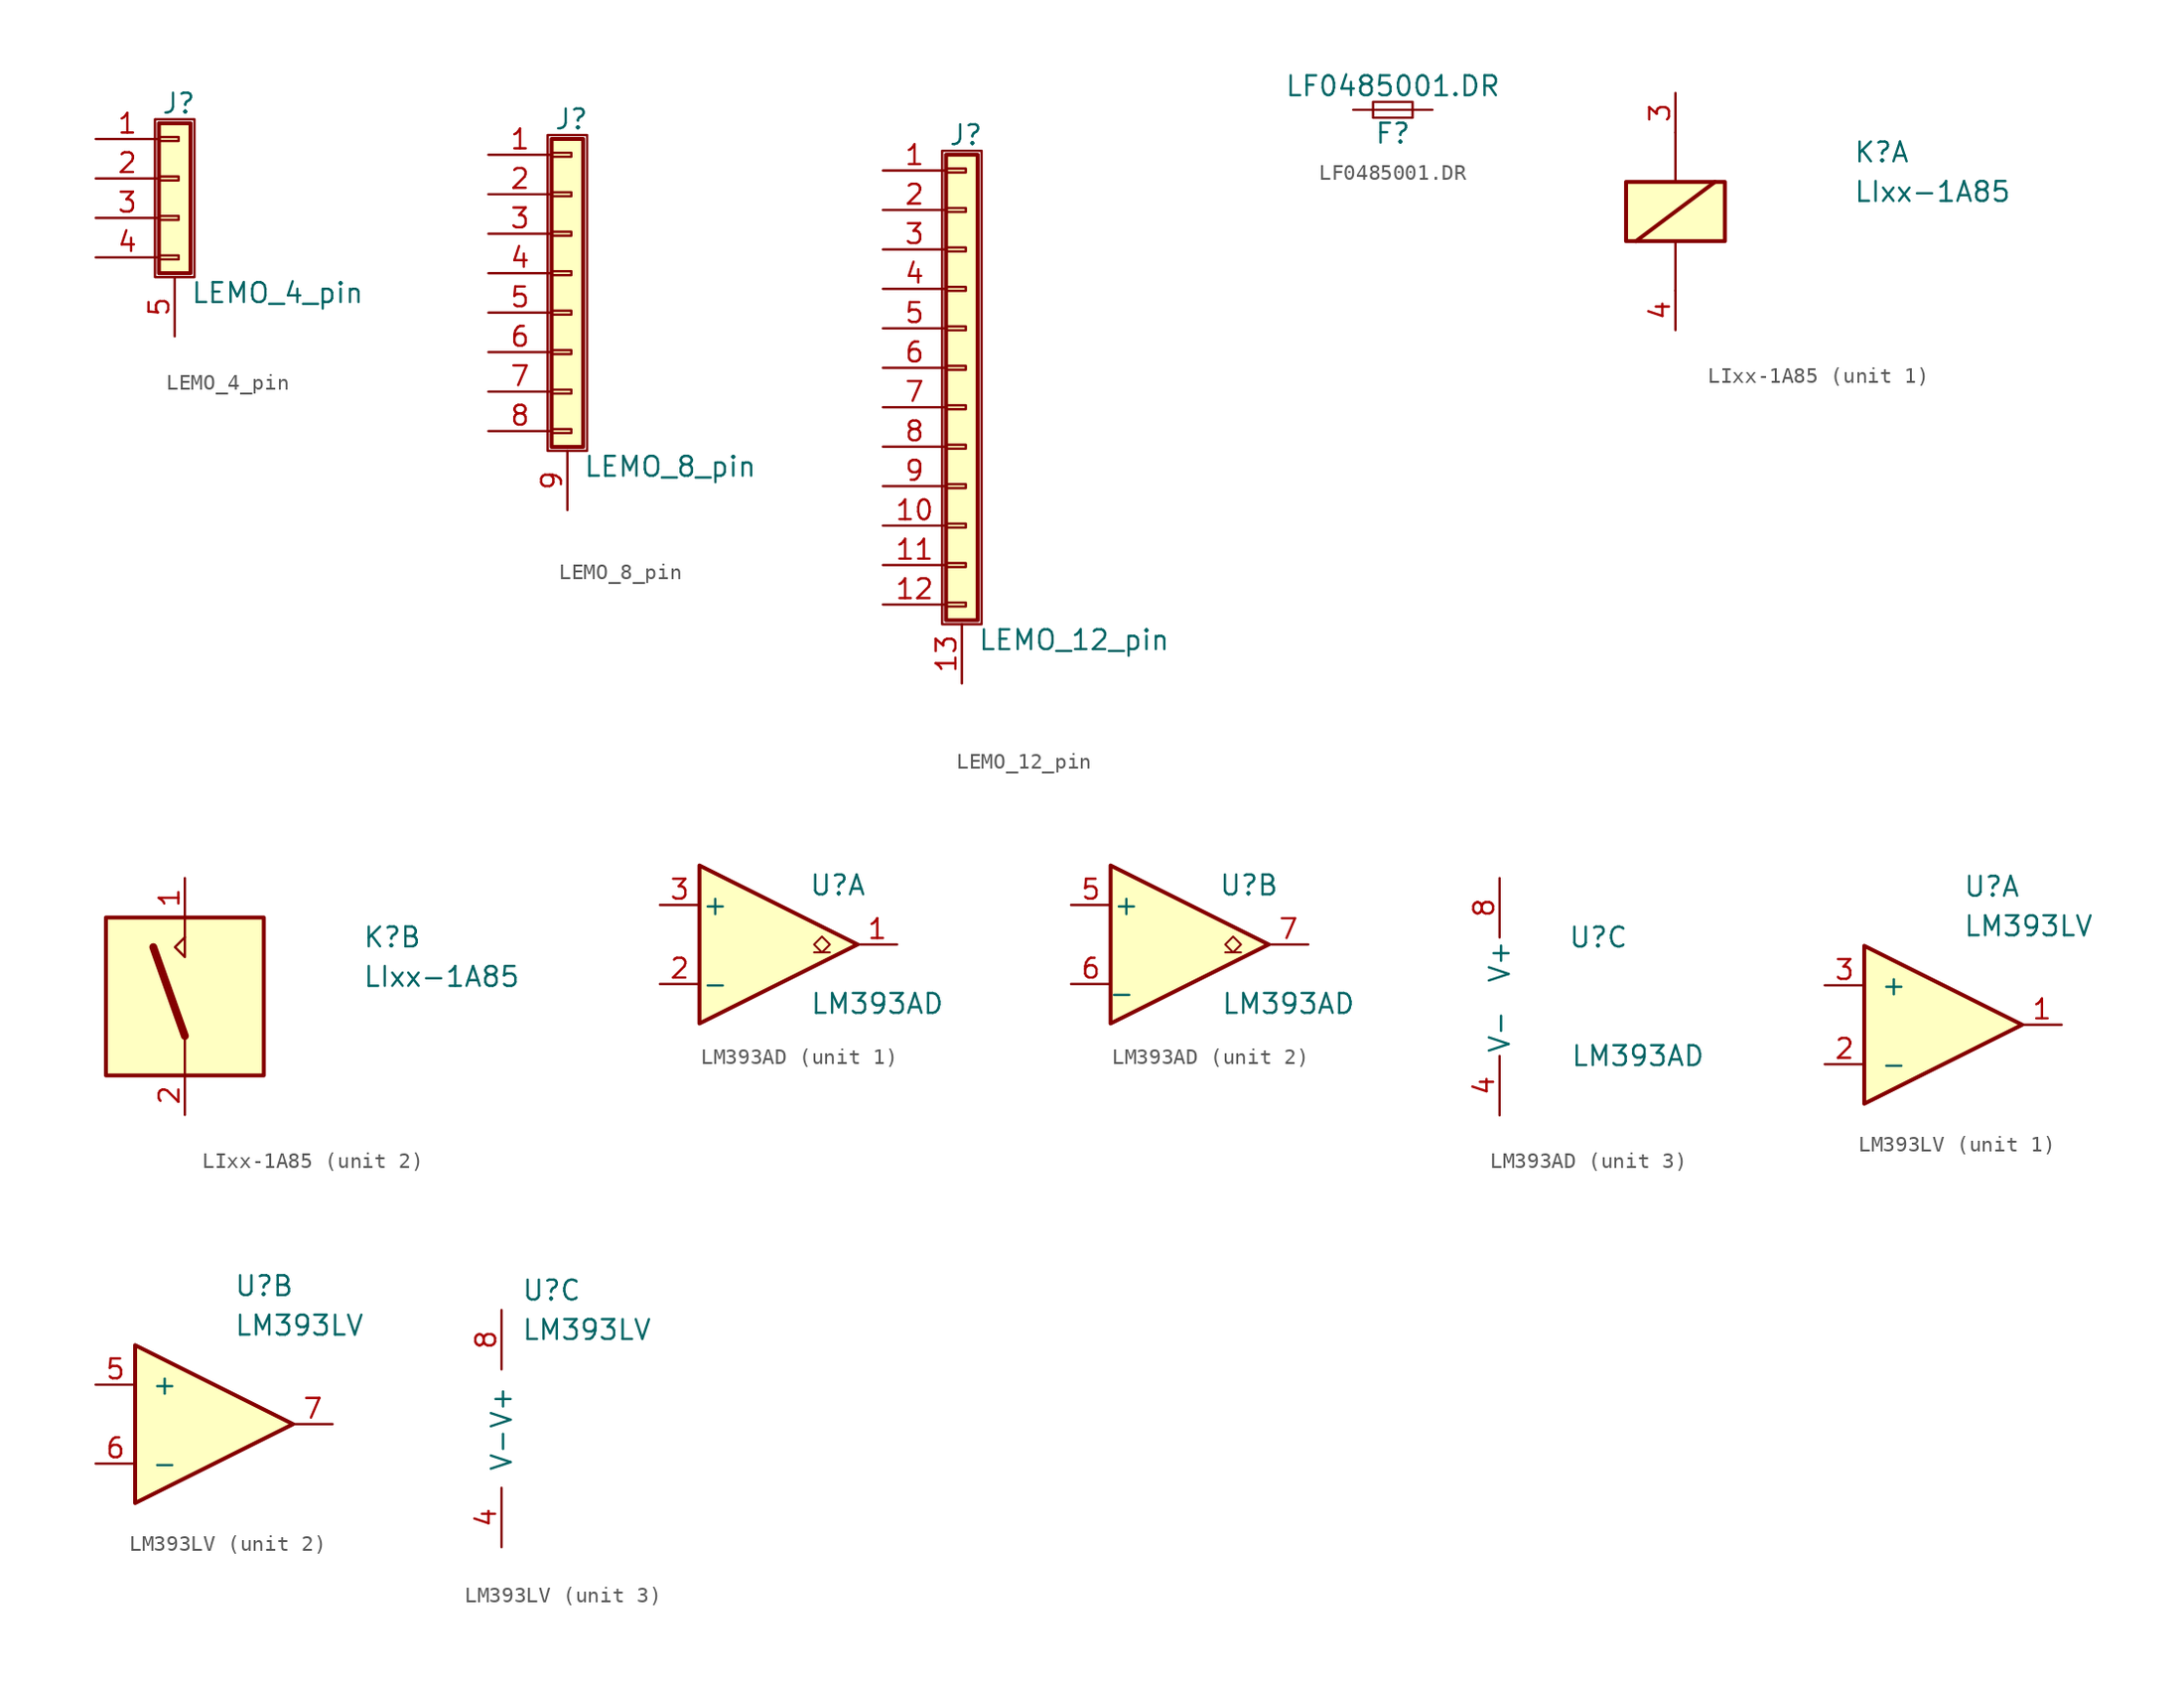
<source format=kicad_sym>
(kicad_symbol_lib
  (version 20231120)
  (generator "kicad_symbol_editor")
  (generator_version "8.0")
  (symbol "LEMO_4_pin"
    (pin_names
      (offset 1.016) hide)
    (property "Reference" "J"
      (at 0.254 4.826 0)
      (effects (font (size 1.27 1.27))))
    (property "Value" "LEMO_4_pin"
      (at 1.016 -7.366 0)
      (effects (font (size 1.27 1.27)) (justify left)))
    (symbol "LEMO_4_pin_1_1"
      (rectangle (start -1.27 3.81) (end 1.27 -6.35) (stroke (width 0.152) (type default)) (fill (type none)))
      (rectangle (start -1.016 -4.953) (end 0.254 -5.207) (stroke (width 0.152) (type default)) (fill (type none)))
      (rectangle (start -1.016 -2.413) (end 0.254 -2.667) (stroke (width 0.152) (type default)) (fill (type none)))
      (rectangle (start -1.016 0.127) (end 0.254 -0.127) (stroke (width 0.152) (type default)) (fill (type none)))
      (rectangle (start -1.016 2.667) (end 0.254 2.413) (stroke (width 0.152) (type default)) (fill (type none)))
      (rectangle (start -1.016 3.556) (end 1.016 -6.096) (stroke (width 0.254) (type default)) (fill (type background)))
      (pin passive line (at -5.08 2.54 0) (length 4.064) (name "Pin_1" (effects (font (size 1.27 1.27)))) (number "1" (effects (font (size 1.27 1.27)))))
      (pin passive line (at -5.08 0 0) (length 4.064) (name "Pin_2" (effects (font (size 1.27 1.27)))) (number "2" (effects (font (size 1.27 1.27)))))
      (pin passive line (at -5.08 -2.54 0) (length 4.064) (name "Pin_3" (effects (font (size 1.27 1.27)))) (number "3" (effects (font (size 1.27 1.27)))))
      (pin passive line (at -5.08 -5.08 0) (length 4.064) (name "Pin_4" (effects (font (size 1.27 1.27)))) (number "4" (effects (font (size 1.27 1.27)))))
      (pin passive line (at 0 -10.16 90) (length 3.81) (name "Shield" (effects (font (size 1.27 1.27)))) (number "5" (effects (font (size 1.27 1.27)))))))
  (symbol "LEMO_8_pin"
    (pin_names
      (offset 1.016) hide)
    (property "Reference" "J"
      (at 0.254 9.906 0)
      (effects (font (size 1.27 1.27))))
    (property "Value" "LEMO_8_pin"
      (at 1.016 -12.446 0)
      (effects (font (size 1.27 1.27)) (justify left)))
    (symbol "LEMO_8_pin_1_1"
      (rectangle (start -1.27 8.89) (end 1.27 -11.43) (stroke (width 0.152) (type default)) (fill (type none)))
      (rectangle (start -1.016 -10.033) (end 0.254 -10.287) (stroke (width 0.152) (type default)) (fill (type none)))
      (rectangle (start -1.016 -7.493) (end 0.254 -7.747) (stroke (width 0.152) (type default)) (fill (type none)))
      (rectangle (start -1.016 -4.953) (end 0.254 -5.207) (stroke (width 0.152) (type default)) (fill (type none)))
      (rectangle (start -1.016 -2.413) (end 0.254 -2.667) (stroke (width 0.152) (type default)) (fill (type none)))
      (rectangle (start -1.016 0.127) (end 0.254 -0.127) (stroke (width 0.152) (type default)) (fill (type none)))
      (rectangle (start -1.016 2.667) (end 0.254 2.413) (stroke (width 0.152) (type default)) (fill (type none)))
      (rectangle (start -1.016 5.207) (end 0.254 4.953) (stroke (width 0.152) (type default)) (fill (type none)))
      (rectangle (start -1.016 7.747) (end 0.254 7.493) (stroke (width 0.152) (type default)) (fill (type none)))
      (rectangle (start -1.016 8.636) (end 1.016 -11.176) (stroke (width 0.254) (type default)) (fill (type background)))
      (pin passive line (at -5.08 7.62 0) (length 4.064) (name "Pin_1" (effects (font (size 1.27 1.27)))) (number "1" (effects (font (size 1.27 1.27)))))
      (pin passive line (at -5.08 5.08 0) (length 4.064) (name "Pin_2" (effects (font (size 1.27 1.27)))) (number "2" (effects (font (size 1.27 1.27)))))
      (pin passive line (at -5.08 2.54 0) (length 4.064) (name "Pin_3" (effects (font (size 1.27 1.27)))) (number "3" (effects (font (size 1.27 1.27)))))
      (pin passive line (at -5.08 0 0) (length 4.064) (name "Pin_4" (effects (font (size 1.27 1.27)))) (number "4" (effects (font (size 1.27 1.27)))))
      (pin passive line (at -5.08 -2.54 0) (length 4.064) (name "Pin_5" (effects (font (size 1.27 1.27)))) (number "5" (effects (font (size 1.27 1.27)))))
      (pin passive line (at -5.08 -5.08 0) (length 4.064) (name "Pin_6" (effects (font (size 1.27 1.27)))) (number "6" (effects (font (size 1.27 1.27)))))
      (pin passive line (at -5.08 -7.62 0) (length 4.064) (name "Pin_7" (effects (font (size 1.27 1.27)))) (number "7" (effects (font (size 1.27 1.27)))))
      (pin passive line (at -5.08 -10.16 0) (length 4.064) (name "Pin_8" (effects (font (size 1.27 1.27)))) (number "8" (effects (font (size 1.27 1.27)))))
      (pin passive line (at 0 -15.24 90) (length 3.81) (name "Shield" (effects (font (size 1.27 1.27)))) (number "9" (effects (font (size 1.27 1.27)))))))
  (symbol "LEMO_12_pin"
    (pin_names
      (offset 1.016) hide)
    (property "Reference" "J"
      (at 0.254 14.986 0)
      (effects (font (size 1.27 1.27))))
    (property "Value" "LEMO_12_pin"
      (at 1.016 -17.526 0)
      (effects (font (size 1.27 1.27)) (justify left)))
    (symbol "LEMO_12_pin_1_1"
      (rectangle (start -1.27 13.97) (end 1.27 -16.51) (stroke (width 0.152) (type default)) (fill (type none)))
      (rectangle (start -1.016 -15.113) (end 0.254 -15.367) (stroke (width 0.152) (type default)) (fill (type none)))
      (rectangle (start -1.016 -12.573) (end 0.254 -12.827) (stroke (width 0.152) (type default)) (fill (type none)))
      (rectangle (start -1.016 -10.033) (end 0.254 -10.287) (stroke (width 0.152) (type default)) (fill (type none)))
      (rectangle (start -1.016 -7.493) (end 0.254 -7.747) (stroke (width 0.152) (type default)) (fill (type none)))
      (rectangle (start -1.016 -4.953) (end 0.254 -5.207) (stroke (width 0.152) (type default)) (fill (type none)))
      (rectangle (start -1.016 -2.413) (end 0.254 -2.667) (stroke (width 0.152) (type default)) (fill (type none)))
      (rectangle (start -1.016 0.127) (end 0.254 -0.127) (stroke (width 0.152) (type default)) (fill (type none)))
      (rectangle (start -1.016 2.667) (end 0.254 2.413) (stroke (width 0.152) (type default)) (fill (type none)))
      (rectangle (start -1.016 5.207) (end 0.254 4.953) (stroke (width 0.152) (type default)) (fill (type none)))
      (rectangle (start -1.016 7.747) (end 0.254 7.493) (stroke (width 0.152) (type default)) (fill (type none)))
      (rectangle (start -1.016 10.287) (end 0.254 10.033) (stroke (width 0.152) (type default)) (fill (type none)))
      (rectangle (start -1.016 12.827) (end 0.254 12.573) (stroke (width 0.152) (type default)) (fill (type none)))
      (rectangle (start -1.016 13.716) (end 1.016 -16.256) (stroke (width 0.254) (type default)) (fill (type background)))
      (pin passive line (at -5.08 12.7 0) (length 4.064) (name "Pin_1" (effects (font (size 1.27 1.27)))) (number "1" (effects (font (size 1.27 1.27)))))
      (pin passive line (at -5.08 -10.16 0) (length 4.064) (name "Pin_10" (effects (font (size 1.27 1.27)))) (number "10" (effects (font (size 1.27 1.27)))))
      (pin passive line (at -5.08 -12.7 0) (length 4.064) (name "Pin_11" (effects (font (size 1.27 1.27)))) (number "11" (effects (font (size 1.27 1.27)))))
      (pin passive line (at -5.08 -15.24 0) (length 4.064) (name "Pin_12" (effects (font (size 1.27 1.27)))) (number "12" (effects (font (size 1.27 1.27)))))
      (pin passive line (at 0 -20.32 90) (length 3.81) (name "Shield" (effects (font (size 1.27 1.27)))) (number "13" (effects (font (size 1.27 1.27)))))
      (pin passive line (at -5.08 10.16 0) (length 4.064) (name "Pin_2" (effects (font (size 1.27 1.27)))) (number "2" (effects (font (size 1.27 1.27)))))
      (pin passive line (at -5.08 7.62 0) (length 4.064) (name "Pin_3" (effects (font (size 1.27 1.27)))) (number "3" (effects (font (size 1.27 1.27)))))
      (pin passive line (at -5.08 5.08 0) (length 4.064) (name "Pin_4" (effects (font (size 1.27 1.27)))) (number "4" (effects (font (size 1.27 1.27)))))
      (pin passive line (at -5.08 2.54 0) (length 4.064) (name "Pin_5" (effects (font (size 1.27 1.27)))) (number "5" (effects (font (size 1.27 1.27)))))
      (pin passive line (at -5.08 0 0) (length 4.064) (name "Pin_6" (effects (font (size 1.27 1.27)))) (number "6" (effects (font (size 1.27 1.27)))))
      (pin passive line (at -5.08 -2.54 0) (length 4.064) (name "Pin_7" (effects (font (size 1.27 1.27)))) (number "7" (effects (font (size 1.27 1.27)))))
      (pin passive line (at -5.08 -5.08 0) (length 4.064) (name "Pin_8" (effects (font (size 1.27 1.27)))) (number "8" (effects (font (size 1.27 1.27)))))
      (pin passive line (at -5.08 -7.62 0) (length 4.064) (name "Pin_9" (effects (font (size 1.27 1.27)))) (number "9" (effects (font (size 1.27 1.27)))))))
  (symbol "LF0485001.DR"
    (pin_numbers hide)
    (pin_names
      (offset 0.254) hide)
    (property "Reference" "F"
      (at 0 -1.524 0)
      (effects (font (size 1.27 1.27))))
    (property "Value" "LF0485001.DR"
      (at 0 1.524 0)
      (effects (font (size 1.27 1.27))))
    (symbol "LF0485001.DR_0_1"
      (rectangle (start -1.27 0.508) (end 1.27 -0.508) (stroke (width 0) (type default)) (fill (type none)))
      (polyline (pts (xy -1.27 0) (xy 1.27 0)) (stroke (width 0) (type default)) (fill (type none))))
    (symbol "LF0485001.DR_1_1"
      (pin passive line (at -2.54 0 0) (length 1.27) (name "~" (effects (font (size 1.27 1.27)))) (number "1" (effects (font (size 1.27 1.27)))))
      (pin passive line (at 2.54 0 180) (length 1.27) (name "~" (effects (font (size 1.27 1.27)))) (number "2" (effects (font (size 1.27 1.27)))))))
  (symbol "LIxx-1A85"
    (property "Reference" "K"
      (at 11.43 3.81 0)
      (effects (font (size 1.27 1.27)) (justify left)))
    (property "Value" "LIxx-1A85"
      (at 11.43 1.27 0)
      (effects (font (size 1.27 1.27)) (justify left)))
    (property "ki_locked" ""
      (at 0 0 0)
      (effects (font (size 1.27 1.27))))
    (symbol "LIxx-1A85_1_1"
      (rectangle (start -3.175 1.905) (end 3.175 -1.905) (stroke (width 0.254) (type default)) (fill (type background)))
      (polyline (pts (xy -2.54 -1.905) (xy 2.54 1.905)) (stroke (width 0.254) (type default)) (fill (type none)))
      (polyline (pts (xy 0 -5.08) (xy 0 -1.905)) (stroke (width 0) (type default)) (fill (type none)))
      (polyline (pts (xy 0 5.08) (xy 0 1.905)) (stroke (width 0) (type default)) (fill (type none)))
      (pin passive line (at 0 7.62 270) (length 2.54) (name "~" (effects (font (size 1.27 1.27)))) (number "3" (effects (font (size 1.27 1.27)))))
      (pin passive line (at 0 -7.62 90) (length 2.54) (name "~" (effects (font (size 1.27 1.27)))) (number "4" (effects (font (size 1.27 1.27))))))
    (symbol "LIxx-1A85_2_1"
      (rectangle (start -5.08 5.08) (end 5.08 -5.08) (stroke (width 0.254) (type default)) (fill (type background)))
      (polyline (pts (xy 0 -2.54) (xy -2.032 3.175)) (stroke (width 0.508) (type default)) (fill (type none)))
      (polyline (pts (xy 0 -2.54) (xy 0 -5.08)) (stroke (width 0) (type default)) (fill (type none)))
      (polyline (pts (xy 0 3.81) (xy 0 5.08)) (stroke (width 0) (type default)) (fill (type none)))
      (polyline (pts (xy 0 3.81) (xy 0 2.54) (xy -0.635 3.175) (xy 0 3.81)) (stroke (width 0) (type default)) (fill (type none)))
      (pin passive line (at 0 7.62 270) (length 2.54) (name "~" (effects (font (size 1.27 1.27)))) (number "1" (effects (font (size 1.27 1.27)))))
      (pin passive line (at 0 -7.62 90) (length 2.54) (name "~" (effects (font (size 1.27 1.27)))) (number "2" (effects (font (size 1.27 1.27)))))))
  (symbol "LM393AD"
    (pin_names
      (offset 0.127))
    (property "Reference" "U"
      (at 3.81 3.81 0)
      (effects (font (size 1.27 1.27))))
    (property "Value" "LM393AD"
      (at 6.35 -3.81 0)
      (effects (font (size 1.27 1.27))))
    (property "ki_locked" ""
      (at 0 0 0)
      (effects (font (size 1.27 1.27))))
    (symbol "LM393AD_1_1"
      (polyline (pts (xy -5.08 5.08) (xy 5.08 0) (xy -5.08 -5.08) (xy -5.08 5.08)) (stroke (width 0.254) (type default)) (fill (type background)))
      (polyline (pts (xy 3.302 -0.508) (xy 2.794 -0.508) (xy 3.302 0) (xy 2.794 0.508) (xy 2.286 0) (xy 2.794 -0.508) (xy 2.286 -0.508)) (stroke (width 0.127) (type default)) (fill (type none)))
      (pin open_collector line (at 7.62 0 180) (length 2.54) (name "~" (effects (font (size 1.27 1.27)))) (number "1" (effects (font (size 1.27 1.27)))))
      (pin input line (at -7.62 -2.54 0) (length 2.54) (name "-" (effects (font (size 1.27 1.27)))) (number "2" (effects (font (size 1.27 1.27)))))
      (pin input line (at -7.62 2.54 0) (length 2.54) (name "+" (effects (font (size 1.27 1.27)))) (number "3" (effects (font (size 1.27 1.27))))))
    (symbol "LM393AD_2_1"
      (polyline (pts (xy -5.08 5.08) (xy 5.08 0) (xy -5.08 -5.08) (xy -5.08 5.08)) (stroke (width 0.254) (type default)) (fill (type background)))
      (polyline (pts (xy 3.302 -0.508) (xy 2.794 -0.508) (xy 3.302 0) (xy 2.794 0.508) (xy 2.286 0) (xy 2.794 -0.508) (xy 2.286 -0.508)) (stroke (width 0.127) (type default)) (fill (type none)))
      (pin input line (at -7.62 2.54 0) (length 2.54) (name "+" (effects (font (size 1.27 1.27)))) (number "5" (effects (font (size 1.27 1.27)))))
      (pin input line (at -7.62 -2.54 0) (length 2.54) (name "_" (effects (font (size 1.27 1.27)))) (number "6" (effects (font (size 1.27 1.27)))))
      (pin open_collector line (at 7.62 0 180) (length 2.54) (name "~" (effects (font (size 1.27 1.27)))) (number "7" (effects (font (size 1.27 1.27))))))
    (symbol "LM393AD_3_1"
      (pin power_in line (at -2.54 -7.62 90) (length 3.81) (name "V-" (effects (font (size 1.27 1.27)))) (number "4" (effects (font (size 1.27 1.27)))))
      (pin power_in line (at -2.54 7.62 270) (length 3.81) (name "V+" (effects (font (size 1.27 1.27)))) (number "8" (effects (font (size 1.27 1.27)))))))
  (symbol "LM393LV"
    (pin_names
      (offset 1.016))
    (property "Reference" "U"
      (at 1.27 8.89 0)
      (effects (font (size 1.27 1.27)) (justify left)))
    (property "Value" "LM393LV"
      (at 1.27 6.35 0)
      (effects (font (size 1.27 1.27)) (justify left)))
    (symbol "LM393LV_1_1"
      (polyline (pts (xy -5.08 5.08) (xy 5.08 0) (xy -5.08 -5.08) (xy -5.08 5.08)) (stroke (width 0.254) (type default)) (fill (type background)))
      (pin open_collector line (at 7.62 0 180) (length 2.54) (name "~" (effects (font (size 1.27 1.27)))) (number "1" (effects (font (size 1.27 1.27)))))
      (pin input line (at -7.62 -2.54 0) (length 2.54) (name "-" (effects (font (size 1.27 1.27)))) (number "2" (effects (font (size 1.27 1.27)))))
      (pin input line (at -7.62 2.54 0) (length 2.54) (name "+" (effects (font (size 1.27 1.27)))) (number "3" (effects (font (size 1.27 1.27))))))
    (symbol "LM393LV_2_1"
      (polyline (pts (xy -5.08 5.08) (xy 5.08 0) (xy -5.08 -5.08) (xy -5.08 5.08)) (stroke (width 0.254) (type default)) (fill (type background)))
      (pin input line (at -7.62 2.54 0) (length 2.54) (name "+" (effects (font (size 1.27 1.27)))) (number "5" (effects (font (size 1.27 1.27)))))
      (pin input line (at -7.62 -2.54 0) (length 2.54) (name "-" (effects (font (size 1.27 1.27)))) (number "6" (effects (font (size 1.27 1.27)))))
      (pin open_collector line (at 7.62 0 180) (length 2.54) (name "~" (effects (font (size 1.27 1.27)))) (number "7" (effects (font (size 1.27 1.27))))))
    (symbol "LM393LV_3_1"
      (pin power_in line (at 0 -7.62 90) (length 3.81) (name "V-" (effects (font (size 1.27 1.27)))) (number "4" (effects (font (size 1.27 1.27)))))
      (pin power_in line (at 0 7.62 270) (length 3.81) (name "V+" (effects (font (size 1.27 1.27)))) (number "8" (effects (font (size 1.27 1.27))))))))
</source>
